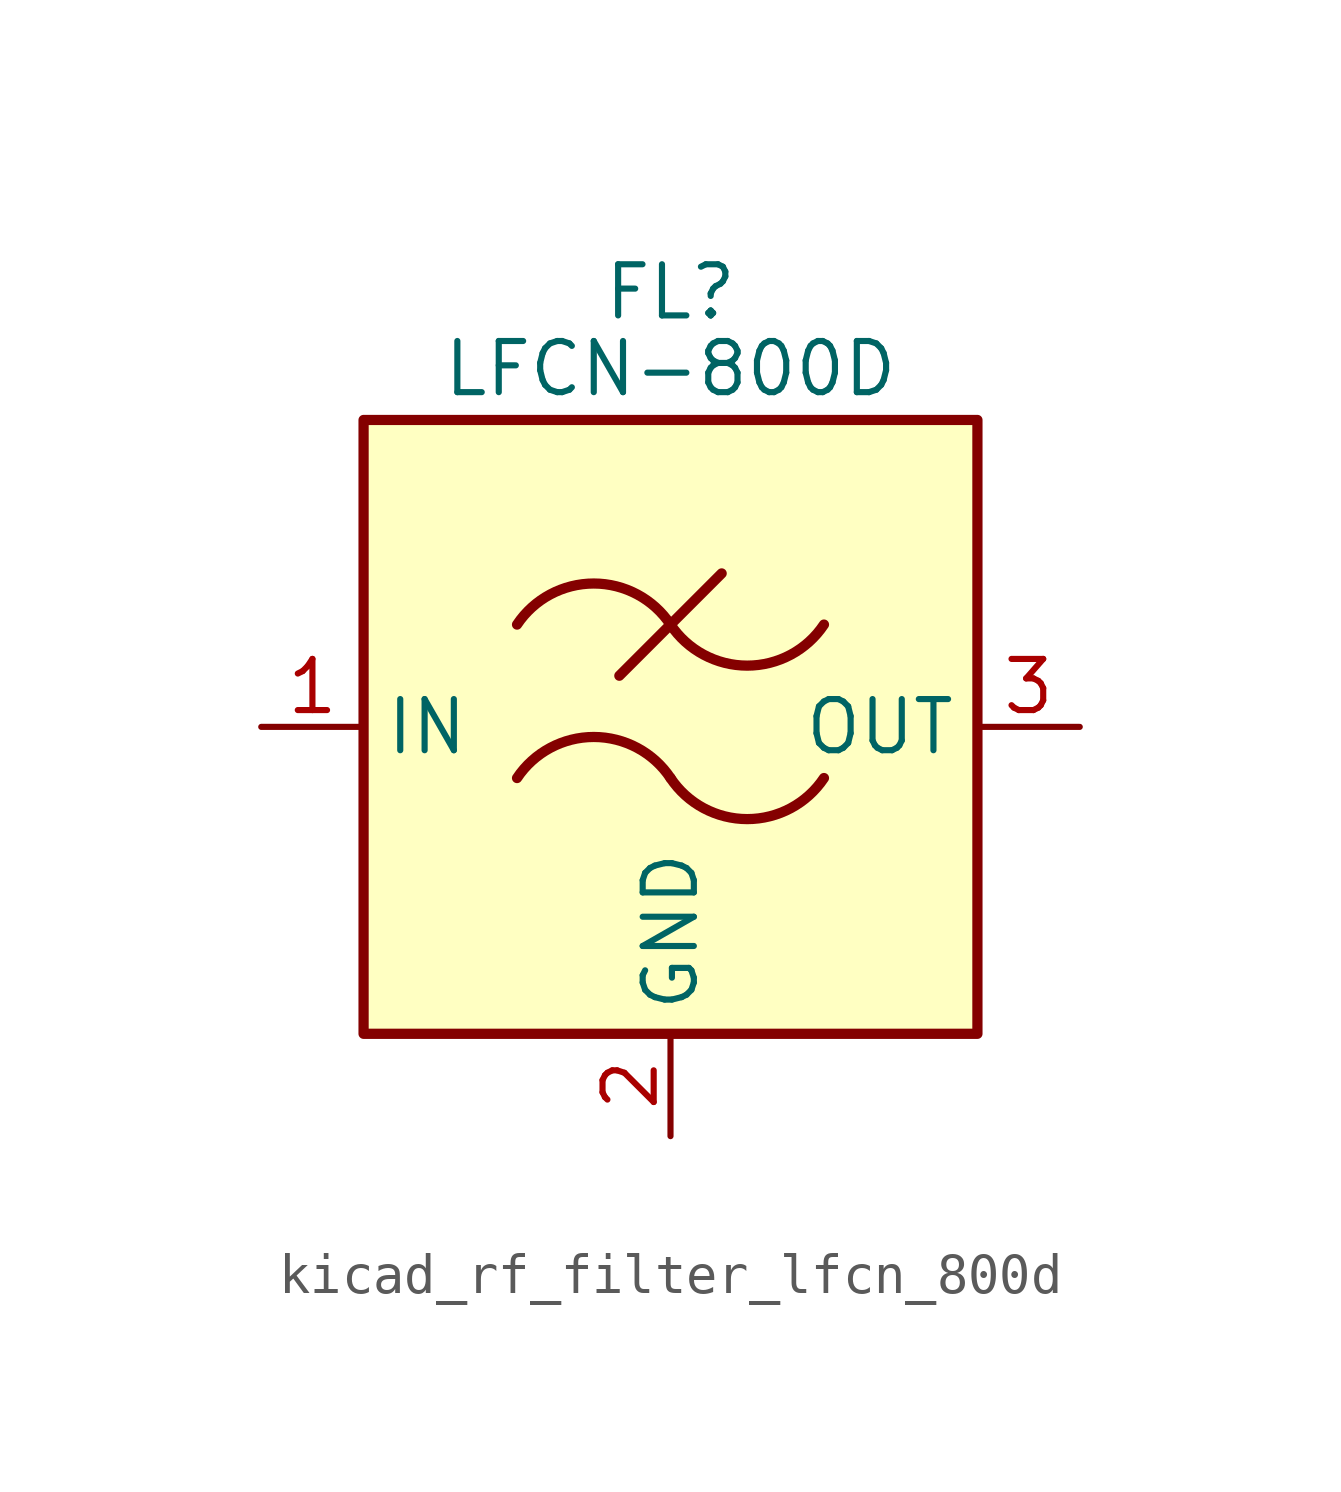
<source format=kicad_sym>
(kicad_symbol_lib
  (version 20220914)
  (generator kicad_symbol_editor)
  (symbol "kicad_rf_filter_lfcn_800d"
    (property "Reference" "FL"
      (at 0 10.795 0)
      (effects (font (size 1.27 1.27))))
    (property "Value" "LFCN-800D"
      (at 0 8.89 0)
      (effects (font (size 1.27 1.27))))
    (symbol "kicad_rf_filter_lfcn_800d_0_1"
      (rectangle (start -7.62 7.62) (end 7.62 -7.62) (stroke (width 0.254) (type default)) (fill (type background)))
      (arc (start 0 -1.27) (mid -1.905 -0.2505) (end -3.81 -1.27) (stroke (width 0.254) (type default)) (fill (type none)))
      (arc (start 0 -1.27) (mid 1.905 -2.2895) (end 3.81 -1.27) (stroke (width 0.254) (type default)) (fill (type none)))
      (polyline (pts (xy -1.27 1.27) (xy 1.27 3.81)) (stroke (width 0.254) (type default)) (fill (type none)))
      (arc (start 0 2.54) (mid -1.905 3.5595) (end -3.81 2.54) (stroke (width 0.254) (type default)) (fill (type none)))
      (arc (start 0 2.54) (mid 1.905 1.5205) (end 3.81 2.54) (stroke (width 0.254) (type default)) (fill (type none))))
    (symbol "kicad_rf_filter_lfcn_800d_1_1"
      (pin passive line (at -10.16 0 0) (length 2.54) (name "IN" (effects (font (size 1.27 1.27)))) (number "1" (effects (font (size 1.27 1.27)))))
      (pin passive line (at 0 -10.16 90) (length 2.54) (name "GND" (effects (font (size 1.27 1.27)))) (number "2" (effects (font (size 1.27 1.27)))))
      (pin passive line (at 10.16 0 180) (length 2.54) (name "OUT" (effects (font (size 1.27 1.27)))) (number "3" (effects (font (size 1.27 1.27)))))
      (pin passive line (at 0 -10.16 90) (length 2.54) hide (name "GND" (effects (font (size 1.27 1.27)))) (number "4" (effects (font (size 1.27 1.27))))))))
</source>
